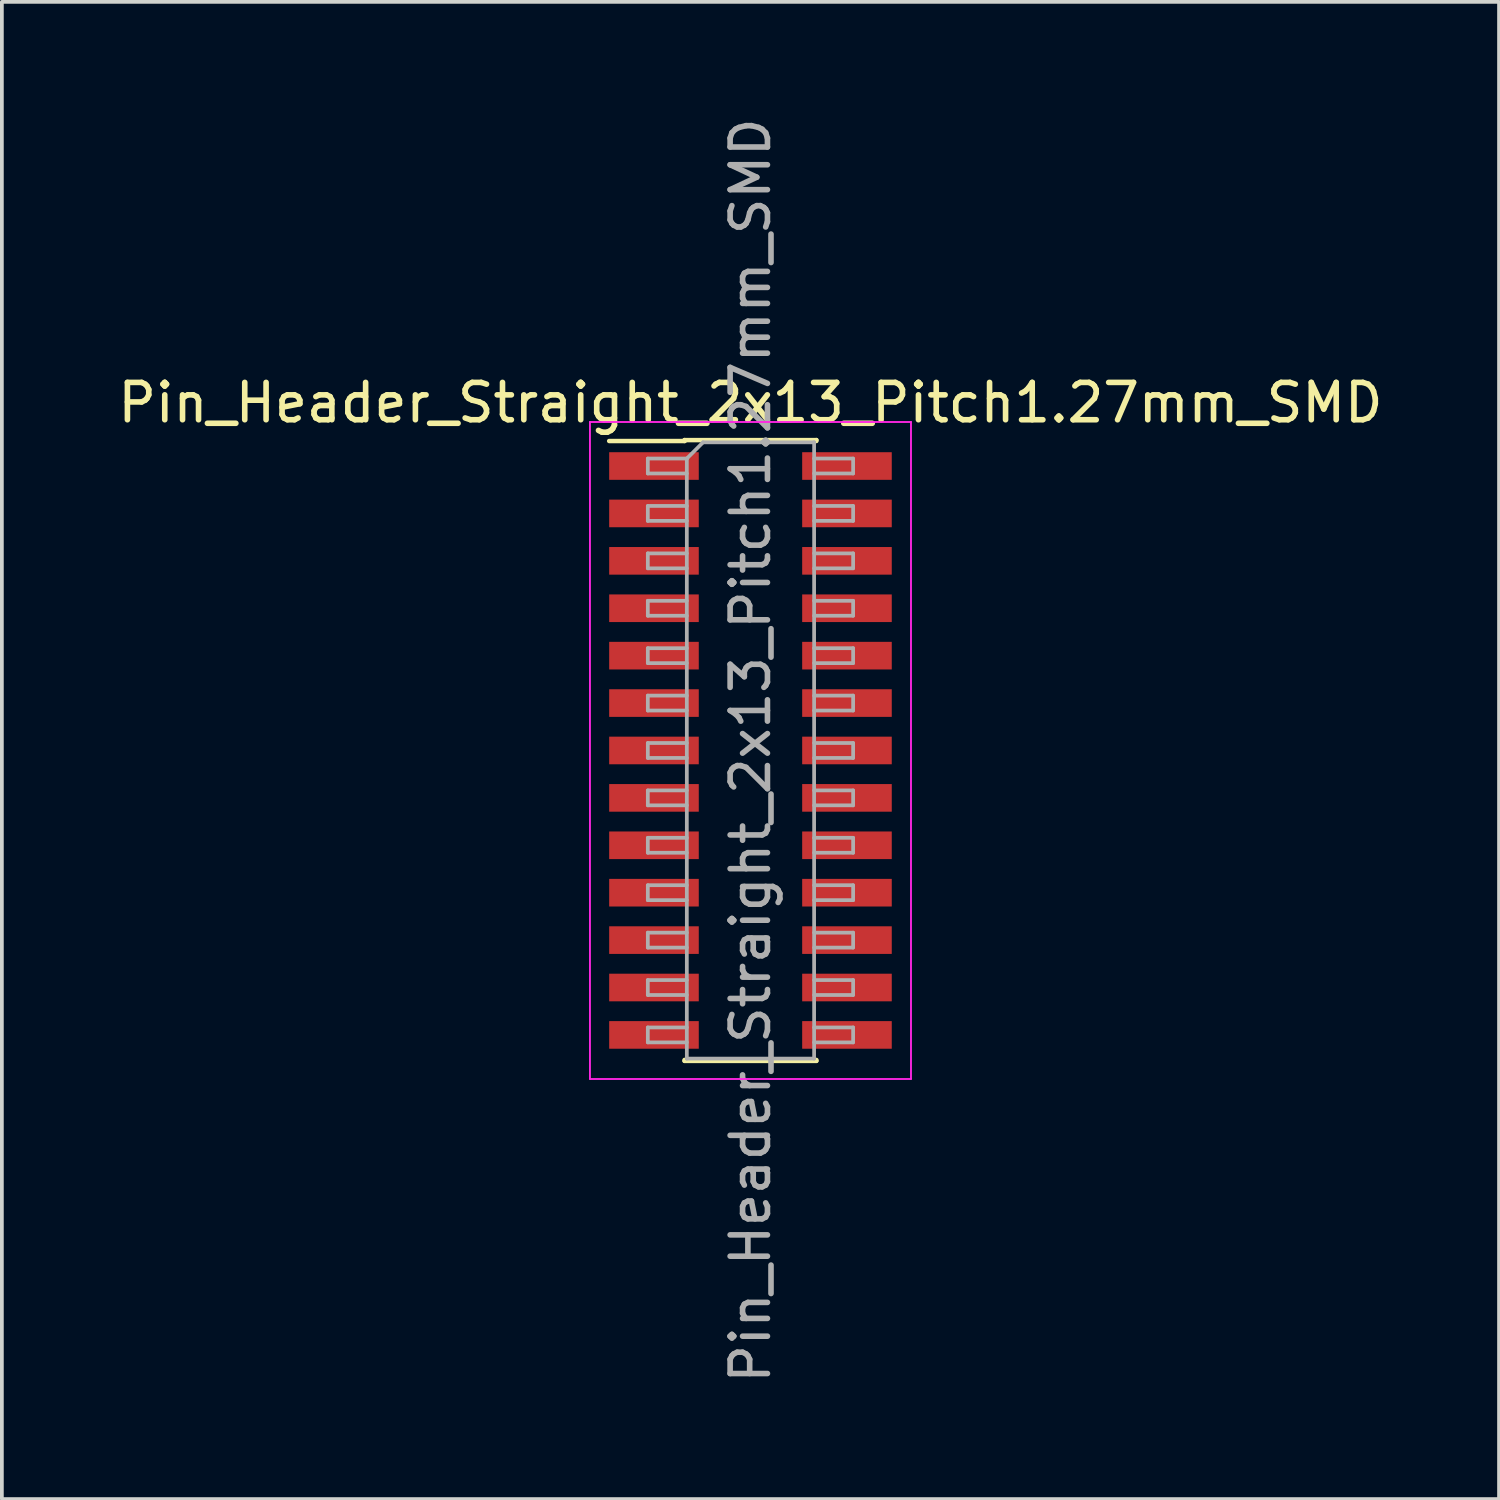
<source format=kicad_pcb>
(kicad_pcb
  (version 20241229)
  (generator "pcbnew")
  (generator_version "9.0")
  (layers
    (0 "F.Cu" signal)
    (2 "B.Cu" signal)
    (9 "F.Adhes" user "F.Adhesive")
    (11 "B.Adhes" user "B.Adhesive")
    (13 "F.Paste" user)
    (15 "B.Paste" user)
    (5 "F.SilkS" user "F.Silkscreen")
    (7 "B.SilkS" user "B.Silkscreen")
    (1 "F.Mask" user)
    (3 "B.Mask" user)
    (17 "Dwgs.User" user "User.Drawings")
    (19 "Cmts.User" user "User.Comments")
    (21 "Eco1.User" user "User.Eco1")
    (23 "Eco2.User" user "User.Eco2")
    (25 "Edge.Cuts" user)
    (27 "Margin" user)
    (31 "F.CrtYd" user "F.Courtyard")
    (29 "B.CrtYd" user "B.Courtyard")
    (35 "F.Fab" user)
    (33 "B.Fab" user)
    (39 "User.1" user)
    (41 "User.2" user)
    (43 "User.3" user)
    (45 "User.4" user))
  (footprint "Pin_Header_Straight_2x13_Pitch1.27mm_SMD"
    (layer "F.Cu")
    (at 17.054 17.054)
    (property "Reference" "Pin_Header_Straight_2x13_Pitch1.27mm_SMD" (at 0 -9.315 0) (layer "F.SilkS") (effects (font (size 1 1) (thickness 0.15))))
    (attr smd)
    (fp_line (start -3.785 -8.29) (end -1.765 -8.29) (stroke (width 0.12) (type solid)) (layer "F.SilkS"))
    (fp_line (start -1.765 -8.315) (end 1.765 -8.315) (stroke (width 0.12) (type solid)) (layer "F.SilkS"))
    (fp_line (start -1.765 -8.29) (end -1.765 -8.315) (stroke (width 0.12) (type solid)) (layer "F.SilkS"))
    (fp_line (start -1.765 8.29) (end -1.765 8.315) (stroke (width 0.12) (type solid)) (layer "F.SilkS"))
    (fp_line (start -1.765 8.315) (end 1.765 8.315) (stroke (width 0.12) (type solid)) (layer "F.SilkS"))
    (fp_line (start 1.765 -8.315) (end 1.765 -8.29) (stroke (width 0.12) (type solid)) (layer "F.SilkS"))
    (fp_line (start 1.765 8.315) (end 1.765 8.29) (stroke (width 0.12) (type solid)) (layer "F.SilkS"))
    (fp_line (start -4.3 -8.8) (end -4.3 8.8) (stroke (width 0.05) (type solid)) (layer "F.CrtYd"))
    (fp_line (start -4.3 8.8) (end 4.3 8.8) (stroke (width 0.05) (type solid)) (layer "F.CrtYd"))
    (fp_line (start 4.3 -8.8) (end -4.3 -8.8) (stroke (width 0.05) (type solid)) (layer "F.CrtYd"))
    (fp_line (start 4.3 8.8) (end 4.3 -8.8) (stroke (width 0.05) (type solid)) (layer "F.CrtYd"))
    (fp_line (start -2.75 -7.82) (end -2.75 -7.42) (stroke (width 0.1) (type solid)) (layer "F.Fab"))
    (fp_line (start -2.75 -7.42) (end -1.705 -7.42) (stroke (width 0.1) (type solid)) (layer "F.Fab"))
    (fp_line (start -2.75 -6.55) (end -2.75 -6.15) (stroke (width 0.1) (type solid)) (layer "F.Fab"))
    (fp_line (start -2.75 -6.15) (end -1.705 -6.15) (stroke (width 0.1) (type solid)) (layer "F.Fab"))
    (fp_line (start -2.75 -5.28) (end -2.75 -4.88) (stroke (width 0.1) (type solid)) (layer "F.Fab"))
    (fp_line (start -2.75 -4.88) (end -1.705 -4.88) (stroke (width 0.1) (type solid)) (layer "F.Fab"))
    (fp_line (start -2.75 -4.01) (end -2.75 -3.61) (stroke (width 0.1) (type solid)) (layer "F.Fab"))
    (fp_line (start -2.75 -3.61) (end -1.705 -3.61) (stroke (width 0.1) (type solid)) (layer "F.Fab"))
    (fp_line (start -2.75 -2.74) (end -2.75 -2.34) (stroke (width 0.1) (type solid)) (layer "F.Fab"))
    (fp_line (start -2.75 -2.34) (end -1.705 -2.34) (stroke (width 0.1) (type solid)) (layer "F.Fab"))
    (fp_line (start -2.75 -1.47) (end -2.75 -1.07) (stroke (width 0.1) (type solid)) (layer "F.Fab"))
    (fp_line (start -2.75 -1.07) (end -1.705 -1.07) (stroke (width 0.1) (type solid)) (layer "F.Fab"))
    (fp_line (start -2.75 -0.2) (end -2.75 0.2) (stroke (width 0.1) (type solid)) (layer "F.Fab"))
    (fp_line (start -2.75 0.2) (end -1.705 0.2) (stroke (width 0.1) (type solid)) (layer "F.Fab"))
    (fp_line (start -2.75 1.07) (end -2.75 1.47) (stroke (width 0.1) (type solid)) (layer "F.Fab"))
    (fp_line (start -2.75 1.47) (end -1.705 1.47) (stroke (width 0.1) (type solid)) (layer "F.Fab"))
    (fp_line (start -2.75 2.34) (end -2.75 2.74) (stroke (width 0.1) (type solid)) (layer "F.Fab"))
    (fp_line (start -2.75 2.74) (end -1.705 2.74) (stroke (width 0.1) (type solid)) (layer "F.Fab"))
    (fp_line (start -2.75 3.61) (end -2.75 4.01) (stroke (width 0.1) (type solid)) (layer "F.Fab"))
    (fp_line (start -2.75 4.01) (end -1.705 4.01) (stroke (width 0.1) (type solid)) (layer "F.Fab"))
    (fp_line (start -2.75 4.88) (end -2.75 5.28) (stroke (width 0.1) (type solid)) (layer "F.Fab"))
    (fp_line (start -2.75 5.28) (end -1.705 5.28) (stroke (width 0.1) (type solid)) (layer "F.Fab"))
    (fp_line (start -2.75 6.15) (end -2.75 6.55) (stroke (width 0.1) (type solid)) (layer "F.Fab"))
    (fp_line (start -2.75 6.55) (end -1.705 6.55) (stroke (width 0.1) (type solid)) (layer "F.Fab"))
    (fp_line (start -2.75 7.42) (end -2.75 7.82) (stroke (width 0.1) (type solid)) (layer "F.Fab"))
    (fp_line (start -2.75 7.82) (end -1.705 7.82) (stroke (width 0.1) (type solid)) (layer "F.Fab"))
    (fp_line (start -1.705 -7.82) (end -2.75 -7.82) (stroke (width 0.1) (type solid)) (layer "F.Fab"))
    (fp_line (start -1.705 -7.82) (end -1.27 -8.255) (stroke (width 0.1) (type solid)) (layer "F.Fab"))
    (fp_line (start -1.705 -6.55) (end -2.75 -6.55) (stroke (width 0.1) (type solid)) (layer "F.Fab"))
    (fp_line (start -1.705 -5.28) (end -2.75 -5.28) (stroke (width 0.1) (type solid)) (layer "F.Fab"))
    (fp_line (start -1.705 -4.01) (end -2.75 -4.01) (stroke (width 0.1) (type solid)) (layer "F.Fab"))
    (fp_line (start -1.705 -2.74) (end -2.75 -2.74) (stroke (width 0.1) (type solid)) (layer "F.Fab"))
    (fp_line (start -1.705 -1.47) (end -2.75 -1.47) (stroke (width 0.1) (type solid)) (layer "F.Fab"))
    (fp_line (start -1.705 -0.2) (end -2.75 -0.2) (stroke (width 0.1) (type solid)) (layer "F.Fab"))
    (fp_line (start -1.705 1.07) (end -2.75 1.07) (stroke (width 0.1) (type solid)) (layer "F.Fab"))
    (fp_line (start -1.705 2.34) (end -2.75 2.34) (stroke (width 0.1) (type solid)) (layer "F.Fab"))
    (fp_line (start -1.705 3.61) (end -2.75 3.61) (stroke (width 0.1) (type solid)) (layer "F.Fab"))
    (fp_line (start -1.705 4.88) (end -2.75 4.88) (stroke (width 0.1) (type solid)) (layer "F.Fab"))
    (fp_line (start -1.705 6.15) (end -2.75 6.15) (stroke (width 0.1) (type solid)) (layer "F.Fab"))
    (fp_line (start -1.705 7.42) (end -2.75 7.42) (stroke (width 0.1) (type solid)) (layer "F.Fab"))
    (fp_line (start -1.705 8.255) (end -1.705 -7.82) (stroke (width 0.1) (type solid)) (layer "F.Fab"))
    (fp_line (start -1.27 -8.255) (end 1.705 -8.255) (stroke (width 0.1) (type solid)) (layer "F.Fab"))
    (fp_line (start 1.705 -8.255) (end 1.705 8.255) (stroke (width 0.1) (type solid)) (layer "F.Fab"))
    (fp_line (start 1.705 -7.82) (end 2.75 -7.82) (stroke (width 0.1) (type solid)) (layer "F.Fab"))
    (fp_line (start 1.705 -6.55) (end 2.75 -6.55) (stroke (width 0.1) (type solid)) (layer "F.Fab"))
    (fp_line (start 1.705 -5.28) (end 2.75 -5.28) (stroke (width 0.1) (type solid)) (layer "F.Fab"))
    (fp_line (start 1.705 -4.01) (end 2.75 -4.01) (stroke (width 0.1) (type solid)) (layer "F.Fab"))
    (fp_line (start 1.705 -2.74) (end 2.75 -2.74) (stroke (width 0.1) (type solid)) (layer "F.Fab"))
    (fp_line (start 1.705 -1.47) (end 2.75 -1.47) (stroke (width 0.1) (type solid)) (layer "F.Fab"))
    (fp_line (start 1.705 -0.2) (end 2.75 -0.2) (stroke (width 0.1) (type solid)) (layer "F.Fab"))
    (fp_line (start 1.705 1.07) (end 2.75 1.07) (stroke (width 0.1) (type solid)) (layer "F.Fab"))
    (fp_line (start 1.705 2.34) (end 2.75 2.34) (stroke (width 0.1) (type solid)) (layer "F.Fab"))
    (fp_line (start 1.705 3.61) (end 2.75 3.61) (stroke (width 0.1) (type solid)) (layer "F.Fab"))
    (fp_line (start 1.705 4.88) (end 2.75 4.88) (stroke (width 0.1) (type solid)) (layer "F.Fab"))
    (fp_line (start 1.705 6.15) (end 2.75 6.15) (stroke (width 0.1) (type solid)) (layer "F.Fab"))
    (fp_line (start 1.705 7.42) (end 2.75 7.42) (stroke (width 0.1) (type solid)) (layer "F.Fab"))
    (fp_line (start 1.705 8.255) (end -1.705 8.255) (stroke (width 0.1) (type solid)) (layer "F.Fab"))
    (fp_line (start 2.75 -7.82) (end 2.75 -7.42) (stroke (width 0.1) (type solid)) (layer "F.Fab"))
    (fp_line (start 2.75 -7.42) (end 1.705 -7.42) (stroke (width 0.1) (type solid)) (layer "F.Fab"))
    (fp_line (start 2.75 -6.55) (end 2.75 -6.15) (stroke (width 0.1) (type solid)) (layer "F.Fab"))
    (fp_line (start 2.75 -6.15) (end 1.705 -6.15) (stroke (width 0.1) (type solid)) (layer "F.Fab"))
    (fp_line (start 2.75 -5.28) (end 2.75 -4.88) (stroke (width 0.1) (type solid)) (layer "F.Fab"))
    (fp_line (start 2.75 -4.88) (end 1.705 -4.88) (stroke (width 0.1) (type solid)) (layer "F.Fab"))
    (fp_line (start 2.75 -4.01) (end 2.75 -3.61) (stroke (width 0.1) (type solid)) (layer "F.Fab"))
    (fp_line (start 2.75 -3.61) (end 1.705 -3.61) (stroke (width 0.1) (type solid)) (layer "F.Fab"))
    (fp_line (start 2.75 -2.74) (end 2.75 -2.34) (stroke (width 0.1) (type solid)) (layer "F.Fab"))
    (fp_line (start 2.75 -2.34) (end 1.705 -2.34) (stroke (width 0.1) (type solid)) (layer "F.Fab"))
    (fp_line (start 2.75 -1.47) (end 2.75 -1.07) (stroke (width 0.1) (type solid)) (layer "F.Fab"))
    (fp_line (start 2.75 -1.07) (end 1.705 -1.07) (stroke (width 0.1) (type solid)) (layer "F.Fab"))
    (fp_line (start 2.75 -0.2) (end 2.75 0.2) (stroke (width 0.1) (type solid)) (layer "F.Fab"))
    (fp_line (start 2.75 0.2) (end 1.705 0.2) (stroke (width 0.1) (type solid)) (layer "F.Fab"))
    (fp_line (start 2.75 1.07) (end 2.75 1.47) (stroke (width 0.1) (type solid)) (layer "F.Fab"))
    (fp_line (start 2.75 1.47) (end 1.705 1.47) (stroke (width 0.1) (type solid)) (layer "F.Fab"))
    (fp_line (start 2.75 2.34) (end 2.75 2.74) (stroke (width 0.1) (type solid)) (layer "F.Fab"))
    (fp_line (start 2.75 2.74) (end 1.705 2.74) (stroke (width 0.1) (type solid)) (layer "F.Fab"))
    (fp_line (start 2.75 3.61) (end 2.75 4.01) (stroke (width 0.1) (type solid)) (layer "F.Fab"))
    (fp_line (start 2.75 4.01) (end 1.705 4.01) (stroke (width 0.1) (type solid)) (layer "F.Fab"))
    (fp_line (start 2.75 4.88) (end 2.75 5.28) (stroke (width 0.1) (type solid)) (layer "F.Fab"))
    (fp_line (start 2.75 5.28) (end 1.705 5.28) (stroke (width 0.1) (type solid)) (layer "F.Fab"))
    (fp_line (start 2.75 6.15) (end 2.75 6.55) (stroke (width 0.1) (type solid)) (layer "F.Fab"))
    (fp_line (start 2.75 6.55) (end 1.705 6.55) (stroke (width 0.1) (type solid)) (layer "F.Fab"))
    (fp_line (start 2.75 7.42) (end 2.75 7.82) (stroke (width 0.1) (type solid)) (layer "F.Fab"))
    (fp_line (start 2.75 7.82) (end 1.705 7.82) (stroke (width 0.1) (type solid)) (layer "F.Fab"))
    (fp_text user "${REFERENCE}" (at 0 0 90) (layer "F.Fab") (effects (font (size 1 1) (thickness 0.15))))
    (pad "1" smd rect (at -2.585 -7.62) (size 2.4 0.74) (layers "F.Cu" "F.Mask" "F.Paste"))
    (pad "2" smd rect (at 2.585 -7.62) (size 2.4 0.74) (layers "F.Cu" "F.Mask" "F.Paste"))
    (pad "3" smd rect (at -2.585 -6.35) (size 2.4 0.74) (layers "F.Cu" "F.Mask" "F.Paste"))
    (pad "4" smd rect (at 2.585 -6.35) (size 2.4 0.74) (layers "F.Cu" "F.Mask" "F.Paste"))
    (pad "5" smd rect (at -2.585 -5.08) (size 2.4 0.74) (layers "F.Cu" "F.Mask" "F.Paste"))
    (pad "6" smd rect (at 2.585 -5.08) (size 2.4 0.74) (layers "F.Cu" "F.Mask" "F.Paste"))
    (pad "7" smd rect (at -2.585 -3.81) (size 2.4 0.74) (layers "F.Cu" "F.Mask" "F.Paste"))
    (pad "8" smd rect (at 2.585 -3.81) (size 2.4 0.74) (layers "F.Cu" "F.Mask" "F.Paste"))
    (pad "9" smd rect (at -2.585 -2.54) (size 2.4 0.74) (layers "F.Cu" "F.Mask" "F.Paste"))
    (pad "10" smd rect (at 2.585 -2.54) (size 2.4 0.74) (layers "F.Cu" "F.Mask" "F.Paste"))
    (pad "11" smd rect (at -2.585 -1.27) (size 2.4 0.74) (layers "F.Cu" "F.Mask" "F.Paste"))
    (pad "12" smd rect (at 2.585 -1.27) (size 2.4 0.74) (layers "F.Cu" "F.Mask" "F.Paste"))
    (pad "13" smd rect (at -2.585 0) (size 2.4 0.74) (layers "F.Cu" "F.Mask" "F.Paste"))
    (pad "14" smd rect (at 2.585 0) (size 2.4 0.74) (layers "F.Cu" "F.Mask" "F.Paste"))
    (pad "15" smd rect (at -2.585 1.27) (size 2.4 0.74) (layers "F.Cu" "F.Mask" "F.Paste"))
    (pad "16" smd rect (at 2.585 1.27) (size 2.4 0.74) (layers "F.Cu" "F.Mask" "F.Paste"))
    (pad "17" smd rect (at -2.585 2.54) (size 2.4 0.74) (layers "F.Cu" "F.Mask" "F.Paste"))
    (pad "18" smd rect (at 2.585 2.54) (size 2.4 0.74) (layers "F.Cu" "F.Mask" "F.Paste"))
    (pad "19" smd rect (at -2.585 3.81) (size 2.4 0.74) (layers "F.Cu" "F.Mask" "F.Paste"))
    (pad "20" smd rect (at 2.585 3.81) (size 2.4 0.74) (layers "F.Cu" "F.Mask" "F.Paste"))
    (pad "21" smd rect (at -2.585 5.08) (size 2.4 0.74) (layers "F.Cu" "F.Mask" "F.Paste"))
    (pad "22" smd rect (at 2.585 5.08) (size 2.4 0.74) (layers "F.Cu" "F.Mask" "F.Paste"))
    (pad "23" smd rect (at -2.585 6.35) (size 2.4 0.74) (layers "F.Cu" "F.Mask" "F.Paste"))
    (pad "24" smd rect (at 2.585 6.35) (size 2.4 0.74) (layers "F.Cu" "F.Mask" "F.Paste"))
    (pad "25" smd rect (at -2.585 7.62) (size 2.4 0.74) (layers "F.Cu" "F.Mask" "F.Paste"))
    (pad "26" smd rect (at 2.585 7.62) (size 2.4 0.74) (layers "F.Cu" "F.Mask" "F.Paste")))
  (gr_rect
    (start -3 -3)
    (end 37.107 37.107)
    (stroke (width 0.1) (type default))
    (fill no)
    (layer "Edge.Cuts")))
</source>
